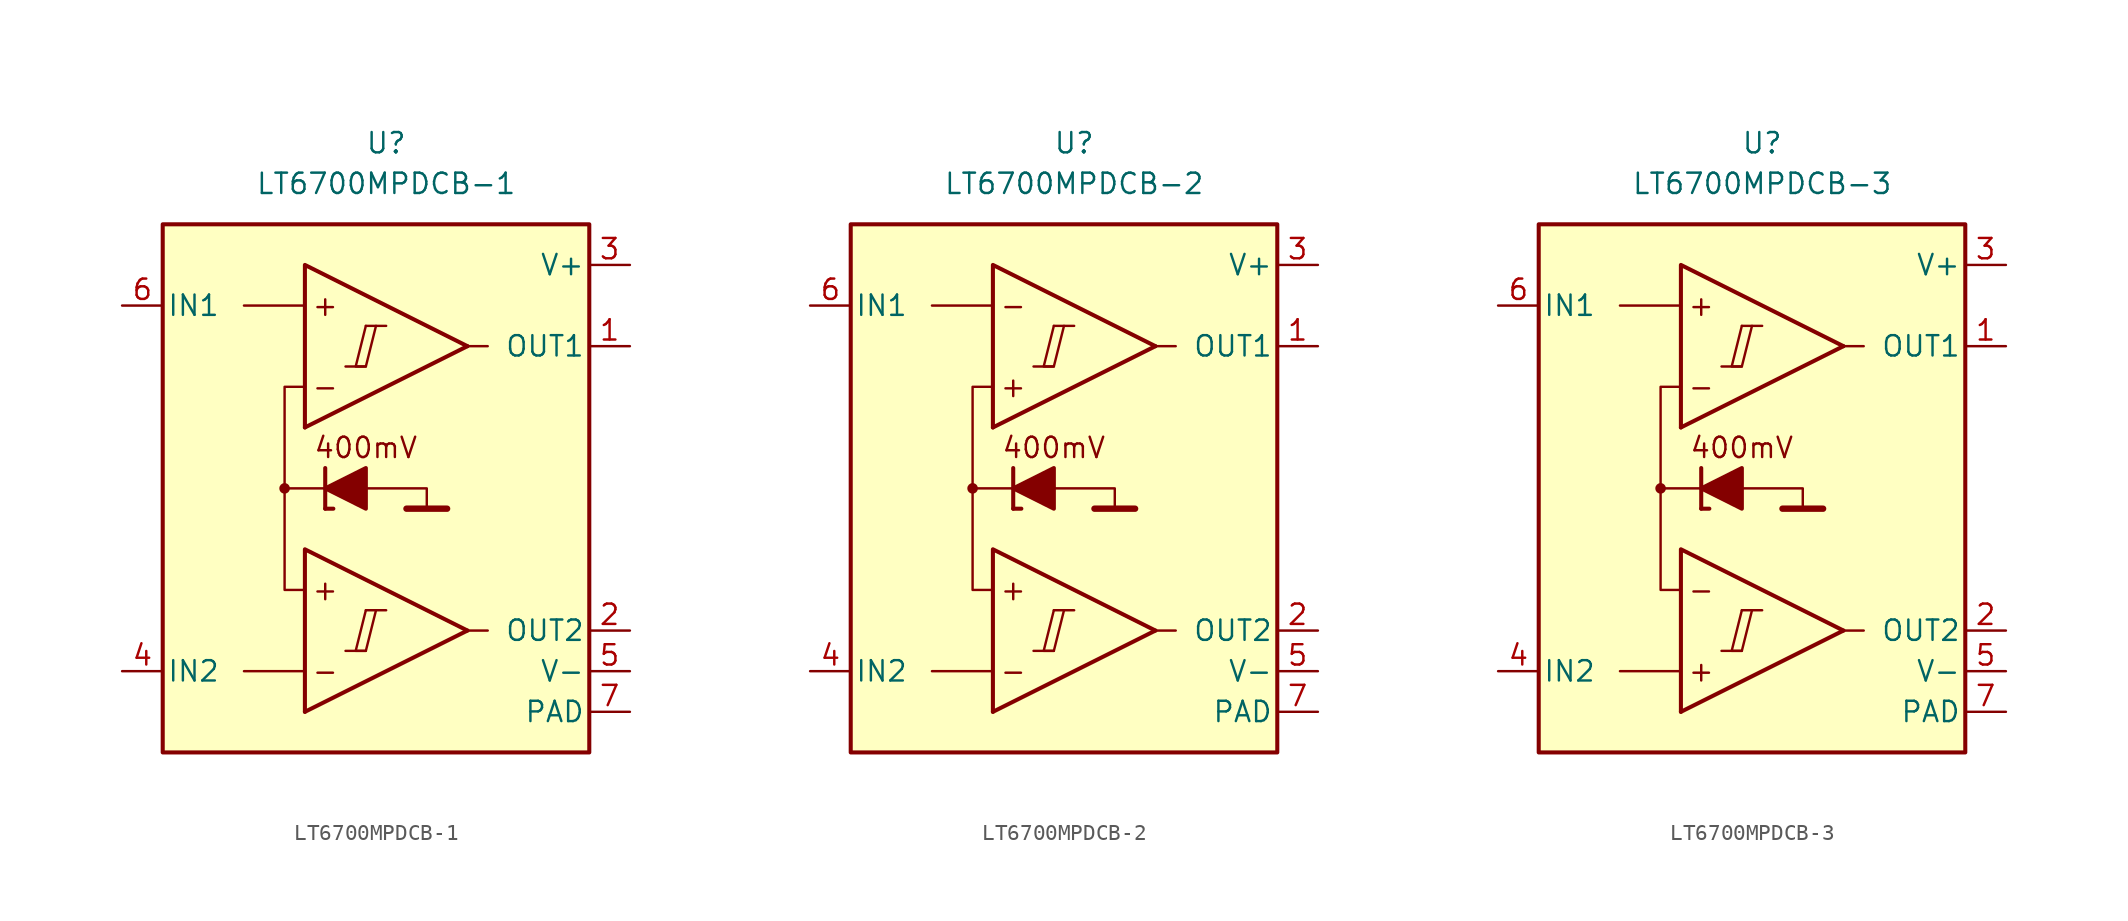
<source format=kicad_sym>
(kicad_symbol_lib
  (version 20211014)
  (generator kicad_symbol_editor)
  (symbol "LT6700MPDCB-1"
    (pin_names
      (offset 0.254))
    (property "Reference" "U"
      (at 0 22.86 0)
      (effects (font (size 1.27 1.27))))
    (property "Value" "LT6700MPDCB-1"
      (at 0 20.32 0)
      (effects (font (size 1.27 1.27))))
    (symbol "LT6700MPDCB-1_0_0"
      (rectangle (start -13.97 17.78) (end 12.7 -15.24) (stroke (width 0.254) (type default) (color 0 0 0 0)) (fill (type background)))
      (circle (center -6.35 1.27) (radius 0.254) (stroke (width 0.152) (type default) (color 0 0 0 0)) (fill (type outline)))
      (polyline (pts (xy -2.54 -8.89) (xy -1.27 -8.89)) (stroke (width 0.152) (type default) (color 0 0 0 0)) (fill (type none)))
      (polyline (pts (xy -2.54 8.89) (xy -1.27 8.89)) (stroke (width 0.152) (type default) (color 0 0 0 0)) (fill (type none)))
      (polyline (pts (xy -1.27 -6.35) (xy 0 -6.35)) (stroke (width 0.152) (type default) (color 0 0 0 0)) (fill (type none)))
      (polyline (pts (xy -1.27 11.43) (xy 0 11.43)) (stroke (width 0.152) (type default) (color 0 0 0 0)) (fill (type none)))
      (polyline (pts (xy 5.08 -7.62) (xy -5.08 -12.7)) (stroke (width 0.254) (type default) (color 0 0 0 0)) (fill (type none)))
      (polyline (pts (xy 5.08 10.16) (xy -5.08 5.08)) (stroke (width 0.254) (type default) (color 0 0 0 0)) (fill (type none)))
      (polyline (pts (xy 5.08 -7.62) (xy -5.08 -2.54) (xy -5.08 -12.7)) (stroke (width 0.254) (type default) (color 0 0 0 0)) (fill (type background)))
      (polyline (pts (xy 5.08 10.16) (xy -5.08 15.24) (xy -5.08 5.08)) (stroke (width 0.254) (type default) (color 0 0 0 0)) (fill (type background)))
      (polyline (pts (xy -1.27 -6.35) (xy -1.905 -8.89) (xy -1.27 -8.89) (xy -0.635 -6.35)) (stroke (width 0.152) (type default) (color 0 0 0 0)) (fill (type none)))
      (polyline (pts (xy -1.27 11.43) (xy -1.905 8.89) (xy -1.27 8.89) (xy -0.635 11.43)) (stroke (width 0.152) (type default) (color 0 0 0 0)) (fill (type none)))
      (text "+" (at -3.81 -5.08 0) (effects (font (size 1.27 1.27))))
      (text "+" (at -3.81 12.7 0) (effects (font (size 1.27 1.27))))
      (text "-" (at -3.81 -10.16 0) (effects (font (size 1.27 1.27))))
      (text "-" (at -3.81 7.62 0) (effects (font (size 1.27 1.27)))))
    (symbol "LT6700MPDCB-1_0_1"
      (polyline (pts (xy -5.08 -10.16) (xy -8.89 -10.16)) (stroke (width 0) (type default) (color 0 0 0 0)) (fill (type none)))
      (polyline (pts (xy -5.08 12.7) (xy -8.89 12.7)) (stroke (width 0) (type default) (color 0 0 0 0)) (fill (type none)))
      (polyline (pts (xy -3.81 0) (xy -3.81 2.54)) (stroke (width 0.254) (type default) (color 0 0 0 0)) (fill (type none)))
      (polyline (pts (xy -3.81 0) (xy -3.302 0)) (stroke (width 0.254) (type default) (color 0 0 0 0)) (fill (type none)))
      (polyline (pts (xy -3.81 1.27) (xy -6.35 1.27)) (stroke (width 0.152) (type default) (color 0 0 0 0)) (fill (type none)))
      (polyline (pts (xy 1.27 0) (xy 3.81 0)) (stroke (width 0.4) (type default) (color 0 0 0 0)) (fill (type none)))
      (polyline (pts (xy 5.08 -7.62) (xy 6.35 -7.62)) (stroke (width 0) (type default) (color 0 0 0 0)) (fill (type none)))
      (polyline (pts (xy 5.08 10.16) (xy 6.35 10.16)) (stroke (width 0) (type default) (color 0 0 0 0)) (fill (type none)))
      (polyline (pts (xy -1.27 1.27) (xy 2.54 1.27) (xy 2.54 0)) (stroke (width 0.152) (type default) (color 0 0 0 0)) (fill (type none)))
      (polyline (pts (xy -5.08 -5.08) (xy -6.35 -5.08) (xy -6.35 7.62) (xy -5.08 7.62)) (stroke (width 0.152) (type default) (color 0 0 0 0)) (fill (type none)))
      (polyline (pts (xy -1.27 2.54) (xy -1.27 0) (xy -3.81 1.27) (xy -1.27 2.54)) (stroke (width 0.254) (type default) (color 0 0 0 0)) (fill (type outline))))
    (symbol "LT6700MPDCB-1_1_0"
      (text "400mV" (at -1.27 3.81 0) (effects (font (size 1.27 1.27)))))
    (symbol "LT6700MPDCB-1_1_1"
      (pin output line (at 15.24 10.16 180) (length 2.54) (name "OUT1" (effects (font (size 1.27 1.27)))) (number "1" (effects (font (size 1.27 1.27)))))
      (pin output line (at 15.24 -7.62 180) (length 2.54) (name "OUT2" (effects (font (size 1.27 1.27)))) (number "2" (effects (font (size 1.27 1.27)))))
      (pin power_in line (at 15.24 15.24 180) (length 2.54) (name "V+" (effects (font (size 1.27 1.27)))) (number "3" (effects (font (size 1.27 1.27)))))
      (pin input line (at -16.51 -10.16 0) (length 2.54) (name "IN2" (effects (font (size 1.27 1.27)))) (number "4" (effects (font (size 1.27 1.27)))))
      (pin power_in line (at 15.24 -10.16 180) (length 2.54) (name "V-" (effects (font (size 1.27 1.27)))) (number "5" (effects (font (size 1.27 1.27)))))
      (pin input line (at -16.51 12.7 0) (length 2.54) (name "IN1" (effects (font (size 1.27 1.27)))) (number "6" (effects (font (size 1.27 1.27)))))
      (pin power_in line (at 15.24 -12.7 180) (length 2.54) (name "PAD" (effects (font (size 1.27 1.27)))) (number "7" (effects (font (size 1.27 1.27)))))))
  (symbol "LT6700MPDCB-2"
    (pin_names
      (offset 0.254))
    (property "Reference" "U"
      (at 0 22.86 0)
      (effects (font (size 1.27 1.27))))
    (property "Value" "LT6700MPDCB-2"
      (at 0 20.32 0)
      (effects (font (size 1.27 1.27))))
    (symbol "LT6700MPDCB-2_0_0"
      (rectangle (start -13.97 17.78) (end 12.7 -15.24) (stroke (width 0.254) (type default) (color 0 0 0 0)) (fill (type background)))
      (circle (center -6.35 1.27) (radius 0.254) (stroke (width 0.152) (type default) (color 0 0 0 0)) (fill (type outline)))
      (polyline (pts (xy -2.54 -8.89) (xy -1.27 -8.89)) (stroke (width 0.152) (type default) (color 0 0 0 0)) (fill (type none)))
      (polyline (pts (xy -2.54 8.89) (xy -1.27 8.89)) (stroke (width 0.152) (type default) (color 0 0 0 0)) (fill (type none)))
      (polyline (pts (xy -1.27 -6.35) (xy 0 -6.35)) (stroke (width 0.152) (type default) (color 0 0 0 0)) (fill (type none)))
      (polyline (pts (xy -1.27 11.43) (xy 0 11.43)) (stroke (width 0.152) (type default) (color 0 0 0 0)) (fill (type none)))
      (polyline (pts (xy 5.08 -7.62) (xy -5.08 -12.7)) (stroke (width 0.254) (type default) (color 0 0 0 0)) (fill (type none)))
      (polyline (pts (xy 5.08 10.16) (xy -5.08 5.08)) (stroke (width 0.254) (type default) (color 0 0 0 0)) (fill (type none)))
      (polyline (pts (xy 5.08 -7.62) (xy -5.08 -2.54) (xy -5.08 -12.7)) (stroke (width 0.254) (type default) (color 0 0 0 0)) (fill (type background)))
      (polyline (pts (xy 5.08 10.16) (xy -5.08 15.24) (xy -5.08 5.08)) (stroke (width 0.254) (type default) (color 0 0 0 0)) (fill (type background)))
      (polyline (pts (xy -1.27 -6.35) (xy -1.905 -8.89) (xy -1.27 -8.89) (xy -0.635 -6.35)) (stroke (width 0.152) (type default) (color 0 0 0 0)) (fill (type none)))
      (polyline (pts (xy -1.27 11.43) (xy -1.905 8.89) (xy -1.27 8.89) (xy -0.635 11.43)) (stroke (width 0.152) (type default) (color 0 0 0 0)) (fill (type none)))
      (text "+" (at -3.81 -5.08 0) (effects (font (size 1.27 1.27))))
      (text "+" (at -3.81 7.62 0) (effects (font (size 1.27 1.27))))
      (text "-" (at -3.81 -10.16 0) (effects (font (size 1.27 1.27))))
      (text "-" (at -3.81 12.7 0) (effects (font (size 1.27 1.27)))))
    (symbol "LT6700MPDCB-2_0_1"
      (polyline (pts (xy -5.08 -10.16) (xy -8.89 -10.16)) (stroke (width 0) (type default) (color 0 0 0 0)) (fill (type none)))
      (polyline (pts (xy -5.08 12.7) (xy -8.89 12.7)) (stroke (width 0) (type default) (color 0 0 0 0)) (fill (type none)))
      (polyline (pts (xy -3.81 0) (xy -3.81 2.54)) (stroke (width 0.254) (type default) (color 0 0 0 0)) (fill (type none)))
      (polyline (pts (xy -3.81 0) (xy -3.302 0)) (stroke (width 0.254) (type default) (color 0 0 0 0)) (fill (type none)))
      (polyline (pts (xy -3.81 1.27) (xy -6.35 1.27)) (stroke (width 0.152) (type default) (color 0 0 0 0)) (fill (type none)))
      (polyline (pts (xy 1.27 0) (xy 3.81 0)) (stroke (width 0.4) (type default) (color 0 0 0 0)) (fill (type none)))
      (polyline (pts (xy 5.08 -7.62) (xy 6.35 -7.62)) (stroke (width 0) (type default) (color 0 0 0 0)) (fill (type none)))
      (polyline (pts (xy 5.08 10.16) (xy 6.35 10.16)) (stroke (width 0) (type default) (color 0 0 0 0)) (fill (type none)))
      (polyline (pts (xy -1.27 1.27) (xy 2.54 1.27) (xy 2.54 0)) (stroke (width 0.152) (type default) (color 0 0 0 0)) (fill (type none)))
      (polyline (pts (xy -5.08 -5.08) (xy -6.35 -5.08) (xy -6.35 7.62) (xy -5.08 7.62)) (stroke (width 0.152) (type default) (color 0 0 0 0)) (fill (type none)))
      (polyline (pts (xy -1.27 2.54) (xy -1.27 0) (xy -3.81 1.27) (xy -1.27 2.54)) (stroke (width 0.254) (type default) (color 0 0 0 0)) (fill (type outline))))
    (symbol "LT6700MPDCB-2_1_0"
      (text "400mV" (at -1.27 3.81 0) (effects (font (size 1.27 1.27)))))
    (symbol "LT6700MPDCB-2_1_1"
      (pin output line (at 15.24 10.16 180) (length 2.54) (name "OUT1" (effects (font (size 1.27 1.27)))) (number "1" (effects (font (size 1.27 1.27)))))
      (pin output line (at 15.24 -7.62 180) (length 2.54) (name "OUT2" (effects (font (size 1.27 1.27)))) (number "2" (effects (font (size 1.27 1.27)))))
      (pin power_in line (at 15.24 15.24 180) (length 2.54) (name "V+" (effects (font (size 1.27 1.27)))) (number "3" (effects (font (size 1.27 1.27)))))
      (pin input line (at -16.51 -10.16 0) (length 2.54) (name "IN2" (effects (font (size 1.27 1.27)))) (number "4" (effects (font (size 1.27 1.27)))))
      (pin power_in line (at 15.24 -10.16 180) (length 2.54) (name "V-" (effects (font (size 1.27 1.27)))) (number "5" (effects (font (size 1.27 1.27)))))
      (pin input line (at -16.51 12.7 0) (length 2.54) (name "IN1" (effects (font (size 1.27 1.27)))) (number "6" (effects (font (size 1.27 1.27)))))
      (pin power_in line (at 15.24 -12.7 180) (length 2.54) (name "PAD" (effects (font (size 1.27 1.27)))) (number "7" (effects (font (size 1.27 1.27)))))))
  (symbol "LT6700MPDCB-3"
    (pin_names
      (offset 0.254))
    (property "Reference" "U"
      (at 0 22.86 0)
      (effects (font (size 1.27 1.27))))
    (property "Value" "LT6700MPDCB-3"
      (at 0 20.32 0)
      (effects (font (size 1.27 1.27))))
    (symbol "LT6700MPDCB-3_0_0"
      (rectangle (start -13.97 17.78) (end 12.7 -15.24) (stroke (width 0.254) (type default) (color 0 0 0 0)) (fill (type background)))
      (circle (center -6.35 1.27) (radius 0.254) (stroke (width 0.152) (type default) (color 0 0 0 0)) (fill (type outline)))
      (polyline (pts (xy -2.54 -8.89) (xy -1.27 -8.89)) (stroke (width 0.152) (type default) (color 0 0 0 0)) (fill (type none)))
      (polyline (pts (xy -2.54 8.89) (xy -1.27 8.89)) (stroke (width 0.152) (type default) (color 0 0 0 0)) (fill (type none)))
      (polyline (pts (xy -1.27 -6.35) (xy 0 -6.35)) (stroke (width 0.152) (type default) (color 0 0 0 0)) (fill (type none)))
      (polyline (pts (xy -1.27 11.43) (xy 0 11.43)) (stroke (width 0.152) (type default) (color 0 0 0 0)) (fill (type none)))
      (polyline (pts (xy 5.08 -7.62) (xy -5.08 -12.7)) (stroke (width 0.254) (type default) (color 0 0 0 0)) (fill (type none)))
      (polyline (pts (xy 5.08 10.16) (xy -5.08 5.08)) (stroke (width 0.254) (type default) (color 0 0 0 0)) (fill (type none)))
      (polyline (pts (xy 5.08 -7.62) (xy -5.08 -2.54) (xy -5.08 -12.7)) (stroke (width 0.254) (type default) (color 0 0 0 0)) (fill (type background)))
      (polyline (pts (xy 5.08 10.16) (xy -5.08 15.24) (xy -5.08 5.08)) (stroke (width 0.254) (type default) (color 0 0 0 0)) (fill (type background)))
      (polyline (pts (xy -1.27 -6.35) (xy -1.905 -8.89) (xy -1.27 -8.89) (xy -0.635 -6.35)) (stroke (width 0.152) (type default) (color 0 0 0 0)) (fill (type none)))
      (polyline (pts (xy -1.27 11.43) (xy -1.905 8.89) (xy -1.27 8.89) (xy -0.635 11.43)) (stroke (width 0.152) (type default) (color 0 0 0 0)) (fill (type none)))
      (text "+" (at -3.81 -10.16 0) (effects (font (size 1.27 1.27))))
      (text "+" (at -3.81 12.7 0) (effects (font (size 1.27 1.27))))
      (text "-" (at -3.81 -5.08 0) (effects (font (size 1.27 1.27))))
      (text "-" (at -3.81 7.62 0) (effects (font (size 1.27 1.27)))))
    (symbol "LT6700MPDCB-3_0_1"
      (polyline (pts (xy -5.08 -10.16) (xy -8.89 -10.16)) (stroke (width 0) (type default) (color 0 0 0 0)) (fill (type none)))
      (polyline (pts (xy -5.08 12.7) (xy -8.89 12.7)) (stroke (width 0) (type default) (color 0 0 0 0)) (fill (type none)))
      (polyline (pts (xy -3.81 0) (xy -3.81 2.54)) (stroke (width 0.254) (type default) (color 0 0 0 0)) (fill (type none)))
      (polyline (pts (xy -3.81 0) (xy -3.302 0)) (stroke (width 0.254) (type default) (color 0 0 0 0)) (fill (type none)))
      (polyline (pts (xy -3.81 1.27) (xy -6.35 1.27)) (stroke (width 0.152) (type default) (color 0 0 0 0)) (fill (type none)))
      (polyline (pts (xy 1.27 0) (xy 3.81 0)) (stroke (width 0.4) (type default) (color 0 0 0 0)) (fill (type none)))
      (polyline (pts (xy 5.08 -7.62) (xy 6.35 -7.62)) (stroke (width 0) (type default) (color 0 0 0 0)) (fill (type none)))
      (polyline (pts (xy 5.08 10.16) (xy 6.35 10.16)) (stroke (width 0) (type default) (color 0 0 0 0)) (fill (type none)))
      (polyline (pts (xy -1.27 1.27) (xy 2.54 1.27) (xy 2.54 0)) (stroke (width 0.152) (type default) (color 0 0 0 0)) (fill (type none)))
      (polyline (pts (xy -5.08 -5.08) (xy -6.35 -5.08) (xy -6.35 7.62) (xy -5.08 7.62)) (stroke (width 0.152) (type default) (color 0 0 0 0)) (fill (type none)))
      (polyline (pts (xy -1.27 2.54) (xy -1.27 0) (xy -3.81 1.27) (xy -1.27 2.54)) (stroke (width 0.254) (type default) (color 0 0 0 0)) (fill (type outline))))
    (symbol "LT6700MPDCB-3_1_0"
      (text "400mV" (at -1.27 3.81 0) (effects (font (size 1.27 1.27)))))
    (symbol "LT6700MPDCB-3_1_1"
      (pin output line (at 15.24 10.16 180) (length 2.54) (name "OUT1" (effects (font (size 1.27 1.27)))) (number "1" (effects (font (size 1.27 1.27)))))
      (pin output line (at 15.24 -7.62 180) (length 2.54) (name "OUT2" (effects (font (size 1.27 1.27)))) (number "2" (effects (font (size 1.27 1.27)))))
      (pin power_in line (at 15.24 15.24 180) (length 2.54) (name "V+" (effects (font (size 1.27 1.27)))) (number "3" (effects (font (size 1.27 1.27)))))
      (pin input line (at -16.51 -10.16 0) (length 2.54) (name "IN2" (effects (font (size 1.27 1.27)))) (number "4" (effects (font (size 1.27 1.27)))))
      (pin power_in line (at 15.24 -10.16 180) (length 2.54) (name "V-" (effects (font (size 1.27 1.27)))) (number "5" (effects (font (size 1.27 1.27)))))
      (pin input line (at -16.51 12.7 0) (length 2.54) (name "IN1" (effects (font (size 1.27 1.27)))) (number "6" (effects (font (size 1.27 1.27)))))
      (pin power_in line (at 15.24 -12.7 180) (length 2.54) (name "PAD" (effects (font (size 1.27 1.27)))) (number "7" (effects (font (size 1.27 1.27))))))))
</source>
